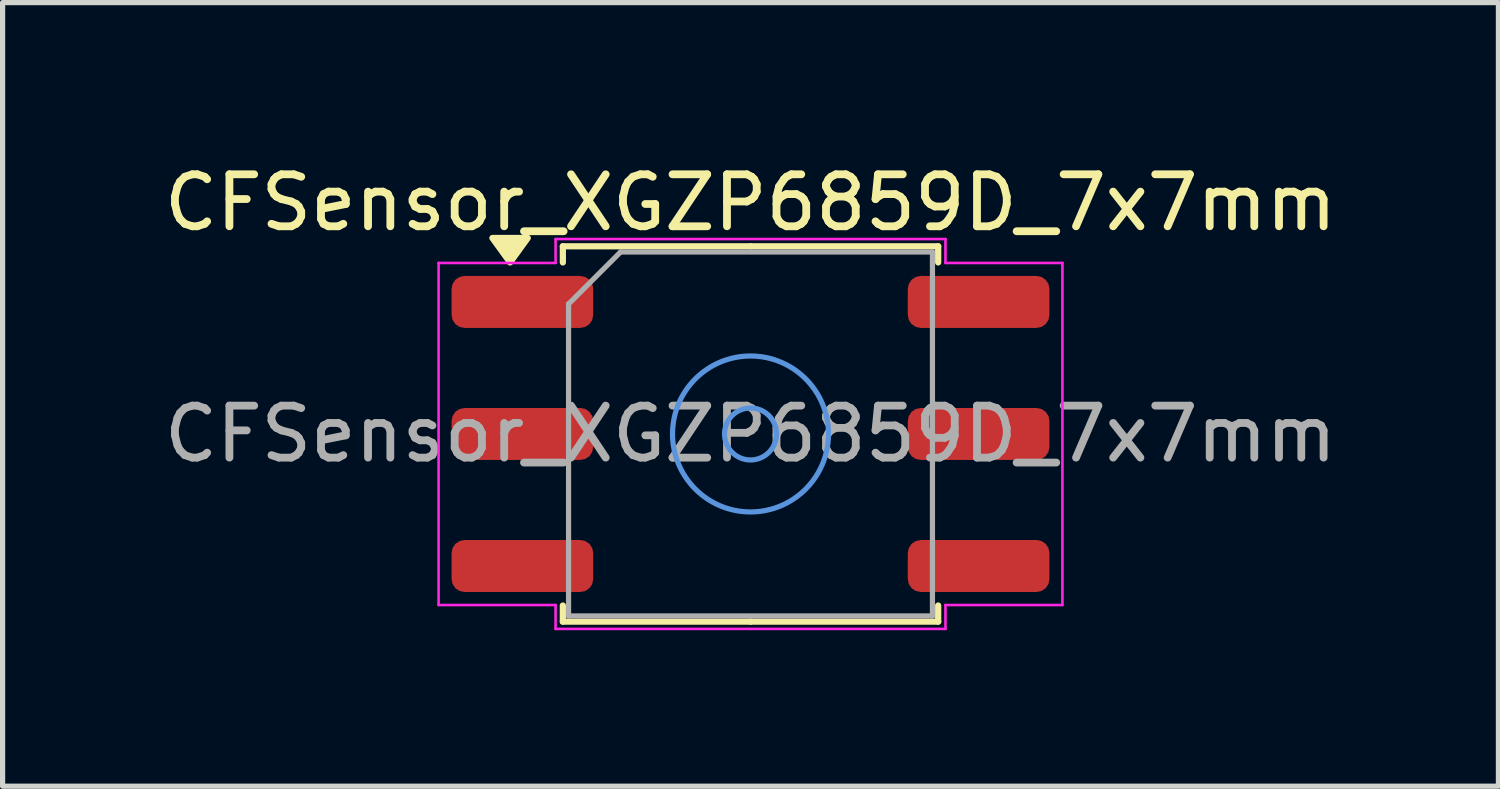
<source format=kicad_pcb>
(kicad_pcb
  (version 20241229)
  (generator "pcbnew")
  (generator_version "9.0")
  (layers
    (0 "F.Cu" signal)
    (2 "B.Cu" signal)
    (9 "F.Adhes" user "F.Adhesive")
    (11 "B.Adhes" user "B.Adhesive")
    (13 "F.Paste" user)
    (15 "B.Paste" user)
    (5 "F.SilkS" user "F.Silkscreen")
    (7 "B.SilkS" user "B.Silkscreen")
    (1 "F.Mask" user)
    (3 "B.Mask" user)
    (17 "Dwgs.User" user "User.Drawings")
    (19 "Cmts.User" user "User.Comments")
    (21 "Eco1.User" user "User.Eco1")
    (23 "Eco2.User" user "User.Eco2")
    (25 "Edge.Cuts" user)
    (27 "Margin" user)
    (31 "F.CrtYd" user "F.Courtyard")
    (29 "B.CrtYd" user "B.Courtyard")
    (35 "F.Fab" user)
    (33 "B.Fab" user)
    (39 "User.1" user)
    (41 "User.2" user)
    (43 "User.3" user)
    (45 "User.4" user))
  (footprint "CFSensor_XGZP6859D_7x7mm"
    (layer "F.Cu")
    (at 11.387 5.298)
    (property "Reference" "CFSensor_XGZP6859D_7x7mm" (at 0 -4.45 0) (layer "F.SilkS") (effects (font (size 1 1) (thickness 0.15))))
    (attr smd)
    (fp_line (start -3.61 -3.61) (end -3.61 -3.3) (stroke (width 0.12) (type solid)) (layer "F.SilkS"))
    (fp_line (start -3.61 3.61) (end -3.61 3.3) (stroke (width 0.12) (type solid)) (layer "F.SilkS"))
    (fp_line (start 0 -3.61) (end -3.61 -3.61) (stroke (width 0.12) (type solid)) (layer "F.SilkS"))
    (fp_line (start 0 -3.61) (end 3.61 -3.61) (stroke (width 0.12) (type solid)) (layer "F.SilkS"))
    (fp_line (start 0 3.61) (end -3.61 3.61) (stroke (width 0.12) (type solid)) (layer "F.SilkS"))
    (fp_line (start 0 3.61) (end 3.61 3.61) (stroke (width 0.12) (type solid)) (layer "F.SilkS"))
    (fp_line (start 3.61 -3.61) (end 3.61 -3.3) (stroke (width 0.12) (type solid)) (layer "F.SilkS"))
    (fp_line (start 3.61 3.61) (end 3.61 3.3) (stroke (width 0.12) (type solid)) (layer "F.SilkS"))
    (fp_poly (pts (xy -4.625 -3.3) (xy -4.965 -3.77) (xy -4.285 -3.77)) (stroke (width 0.12) (type solid)) (fill yes) (layer "F.SilkS"))
    (fp_circle (center 0 0) (end 0.5 0) (stroke (width 0.1) (type solid)) (fill no) (layer "Cmts.User"))
    (fp_circle (center 0 0) (end 1.5 0) (stroke (width 0.1) (type solid)) (fill no) (layer "Cmts.User"))
    (fp_line (start -6 -3.29) (end -3.75 -3.29) (stroke (width 0.05) (type solid)) (layer "F.CrtYd"))
    (fp_line (start -6 3.29) (end -6 -3.29) (stroke (width 0.05) (type solid)) (layer "F.CrtYd"))
    (fp_line (start -3.75 -3.75) (end 3.75 -3.75) (stroke (width 0.05) (type solid)) (layer "F.CrtYd"))
    (fp_line (start -3.75 -3.29) (end -3.75 -3.75) (stroke (width 0.05) (type solid)) (layer "F.CrtYd"))
    (fp_line (start -3.75 3.29) (end -6 3.29) (stroke (width 0.05) (type solid)) (layer "F.CrtYd"))
    (fp_line (start -3.75 3.75) (end -3.75 3.29) (stroke (width 0.05) (type solid)) (layer "F.CrtYd"))
    (fp_line (start 3.75 -3.75) (end 3.75 -3.29) (stroke (width 0.05) (type solid)) (layer "F.CrtYd"))
    (fp_line (start 3.75 -3.29) (end 6 -3.29) (stroke (width 0.05) (type solid)) (layer "F.CrtYd"))
    (fp_line (start 3.75 3.29) (end 3.75 3.75) (stroke (width 0.05) (type solid)) (layer "F.CrtYd"))
    (fp_line (start 3.75 3.75) (end -3.75 3.75) (stroke (width 0.05) (type solid)) (layer "F.CrtYd"))
    (fp_line (start 6 -3.29) (end 6 3.29) (stroke (width 0.05) (type solid)) (layer "F.CrtYd"))
    (fp_line (start 6 3.29) (end 3.75 3.29) (stroke (width 0.05) (type solid)) (layer "F.CrtYd"))
    (fp_line (start -3.5 -2.5) (end -2.5 -3.5) (stroke (width 0.1) (type solid)) (layer "F.Fab"))
    (fp_line (start -3.5 3.5) (end -3.5 -2.5) (stroke (width 0.1) (type solid)) (layer "F.Fab"))
    (fp_line (start -2.5 -3.5) (end 3.5 -3.5) (stroke (width 0.1) (type solid)) (layer "F.Fab"))
    (fp_line (start 3.5 -3.5) (end 3.5 3.5) (stroke (width 0.1) (type solid)) (layer "F.Fab"))
    (fp_line (start 3.5 3.5) (end -3.5 3.5) (stroke (width 0.1) (type solid)) (layer "F.Fab"))
    (fp_text user "${REFERENCE}" (at 0 0 0) (layer "F.Fab") (effects (font (size 1 1) (thickness 0.15))))
    (pad "1" smd roundrect (at -4.388 -2.54) (size 2.725 1) (layers "F.Cu" "F.Mask" "F.Paste") (roundrect_rratio 0.25))
    (pad "2" smd roundrect (at -4.388 0) (size 2.725 1) (layers "F.Cu" "F.Mask" "F.Paste") (roundrect_rratio 0.25))
    (pad "3" smd roundrect (at -4.388 2.54) (size 2.725 1) (layers "F.Cu" "F.Mask" "F.Paste") (roundrect_rratio 0.25))
    (pad "4" smd roundrect (at 4.388 2.54) (size 2.725 1) (layers "F.Cu" "F.Mask" "F.Paste") (roundrect_rratio 0.25))
    (pad "5" smd roundrect (at 4.388 0) (size 2.725 1) (layers "F.Cu" "F.Mask" "F.Paste") (roundrect_rratio 0.25))
    (pad "6" smd roundrect (at 4.388 -2.54) (size 2.725 1) (layers "F.Cu" "F.Mask" "F.Paste") (roundrect_rratio 0.25)))
  (gr_rect
    (start -3 -3)
    (end 25.774 12.073)
    (stroke (width 0.1) (type default))
    (fill no)
    (layer "Edge.Cuts")))
</source>
